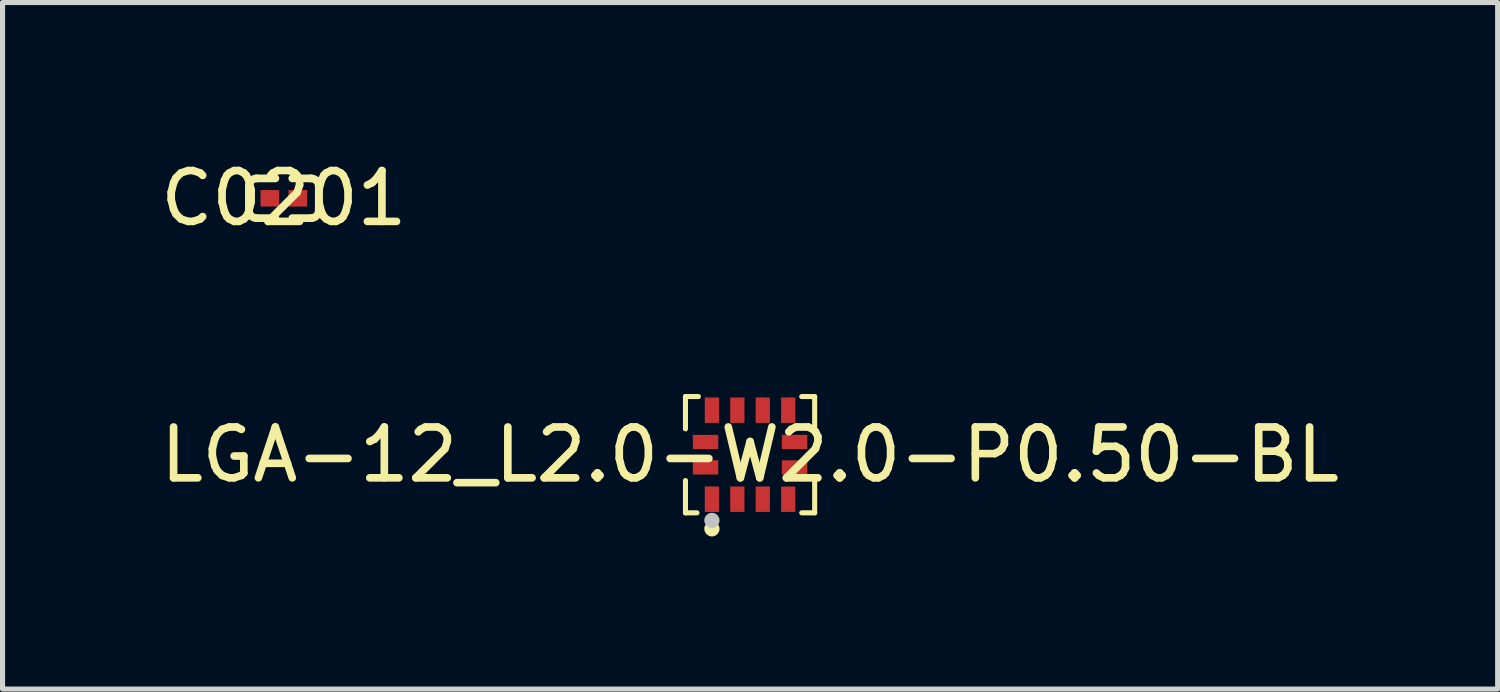
<source format=kicad_pcb>
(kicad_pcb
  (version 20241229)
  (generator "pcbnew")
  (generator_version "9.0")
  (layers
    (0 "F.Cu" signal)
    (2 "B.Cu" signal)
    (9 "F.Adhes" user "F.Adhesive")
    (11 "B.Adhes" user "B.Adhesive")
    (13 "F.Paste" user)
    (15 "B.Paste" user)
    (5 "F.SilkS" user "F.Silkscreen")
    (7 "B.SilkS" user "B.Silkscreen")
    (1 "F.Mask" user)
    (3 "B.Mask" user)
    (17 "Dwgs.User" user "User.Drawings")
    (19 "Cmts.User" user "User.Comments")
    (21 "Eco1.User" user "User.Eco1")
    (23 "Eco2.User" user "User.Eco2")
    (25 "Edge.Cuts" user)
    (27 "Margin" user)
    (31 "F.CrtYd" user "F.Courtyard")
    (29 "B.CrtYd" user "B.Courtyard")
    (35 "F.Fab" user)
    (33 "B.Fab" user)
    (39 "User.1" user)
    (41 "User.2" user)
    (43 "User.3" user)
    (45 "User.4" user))
  (footprint "C0201"
    (layer "F.Cu")
    (at 2.53 0.848)
    (property "Reference" "C0201" (at 0 0 0) (layer "F.SilkS") (effects (font (size 1 1) (thickness 0.15))))
    (fp_line (start -0.687 0.238) (end -0.687 -0.238) (stroke (width 0.152) (type default)) (layer "F.SilkS"))
    (fp_line (start -0.534 -0.391) (end -0.166 -0.391) (stroke (width 0.152) (type default)) (layer "F.SilkS"))
    (fp_line (start -0.166 0.391) (end -0.534 0.391) (stroke (width 0.152) (type default)) (layer "F.SilkS"))
    (fp_line (start 0.166 0.391) (end 0.534 0.391) (stroke (width 0.152) (type default)) (layer "F.SilkS"))
    (fp_line (start 0.534 -0.391) (end 0.166 -0.391) (stroke (width 0.152) (type default)) (layer "F.SilkS"))
    (fp_line (start 0.687 0.238) (end 0.687 -0.238) (stroke (width 0.152) (type default)) (layer "F.SilkS"))
    (fp_arc (start -0.687 -0.238) (mid -0.642334 -0.345834) (end -0.5345 -0.3905) (stroke (width 0.1525) (type default)) (layer "F.SilkS"))
    (fp_arc (start -0.5345 0.3905) (mid -0.642334 0.345834) (end -0.687 0.238) (stroke (width 0.1525) (type default)) (layer "F.SilkS"))
    (fp_arc (start 0.5345 -0.3905) (mid 0.642334 -0.345834) (end 0.687 -0.238) (stroke (width 0.1525) (type default)) (layer "F.SilkS"))
    (fp_arc (start 0.687 0.238) (mid 0.642334 0.345834) (end 0.5345 0.3905) (stroke (width 0.1525) (type default)) (layer "F.SilkS"))
    (fp_poly (pts (xy -0.081 0.138) (xy -0.081 -0.138) (xy -0.105 -0.162) (xy -0.434 -0.162) (xy -0.459 -0.138) (xy -0.459 0.138) (xy -0.434 0.162) (xy -0.105 0.162)) (stroke (width 0) (type default)) (fill yes) (layer "F.Paste"))
    (fp_poly (pts (xy 0.081 0.138) (xy 0.081 -0.138) (xy 0.105 -0.162) (xy 0.434 -0.162) (xy 0.459 -0.138) (xy 0.459 0.138) (xy 0.434 0.162) (xy 0.105 0.162)) (stroke (width 0) (type default)) (fill yes) (layer "F.Paste"))
    (fp_poly (pts (xy -0.3 0.15) (xy -0.3 -0.15) (xy -0.15 -0.15) (xy -0.15 0.15)) (stroke (width 0.1) (type default)) (fill no) (layer "User.1"))
    (fp_poly (pts (xy 0.3 0.15) (xy 0.3 -0.15) (xy 0.15 -0.15) (xy 0.15 0.15)) (stroke (width 0.1) (type default)) (fill no) (layer "User.1"))
    (fp_line (start -0.3 -0.15) (end 0.3 -0.15) (stroke (width 0.051) (type default)) (layer "User.2"))
    (fp_line (start -0.3 0.15) (end -0.3 -0.15) (stroke (width 0.051) (type default)) (layer "User.2"))
    (fp_line (start 0.3 -0.15) (end 0.3 0.15) (stroke (width 0.051) (type default)) (layer "User.2"))
    (fp_line (start 0.3 0.15) (end -0.3 0.15) (stroke (width 0.051) (type default)) (layer "User.2"))
    (fp_poly (pts (xy -0.24 0.15) (xy -0.258 0.108) (xy -0.3 0.09) (xy -0.342 0.108) (xy -0.36 0.15) (xy -0.342 0.192) (xy -0.3 0.21) (xy -0.258 0.192)) (stroke (width 0.1) (type default)) (fill no) (layer "User.3"))
    (pad "1" smd rect (at -0.275 0) (size 0.368 0.324) (layers "F.Cu" "F.Mask" "F.Paste"))
    (pad "2" smd rect (at 0.275 0) (size 0.368 0.324) (layers "F.Cu" "F.Mask" "F.Paste")))
  (footprint "LGA-12_L2.0-W2.0-P0.50-BL"
    (layer "F.Cu")
    (at 11.696 5.889)
    (property "Reference" "LGA-12_L2.0-W2.0-P0.50-BL" (at 0 0 0) (layer "F.SilkS") (effects (font (size 1 1) (thickness 0.15))))
    (fp_line (start -1.27 -1.143) (end -1.27 -0.508) (stroke (width 0.1) (type default)) (layer "F.SilkS"))
    (fp_line (start -1.27 0.508) (end -1.27 1.143) (stroke (width 0.1) (type default)) (layer "F.SilkS"))
    (fp_line (start -1.27 1.143) (end -1.044 1.143) (stroke (width 0.1) (type default)) (layer "F.SilkS"))
    (fp_line (start -1.016 -1.143) (end -1.27 -1.143) (stroke (width 0.1) (type default)) (layer "F.SilkS"))
    (fp_line (start 1.016 -1.143) (end 1.27 -1.143) (stroke (width 0.1) (type default)) (layer "F.SilkS"))
    (fp_line (start 1.27 -1.143) (end 1.27 -0.508) (stroke (width 0.1) (type default)) (layer "F.SilkS"))
    (fp_line (start 1.27 0.508) (end 1.27 1.143) (stroke (width 0.1) (type default)) (layer "F.SilkS"))
    (fp_line (start 1.27 1.143) (end 1.016 1.143) (stroke (width 0.1) (type default)) (layer "F.SilkS"))
    (fp_circle (center -0.75 1.458) (end -0.675 1.458) (stroke (width 0.15) (type default)) (fill no) (layer "F.SilkS"))
    (fp_circle (center -0.75 1.292) (end -0.675 1.292) (stroke (width 0.15) (type default)) (fill no) (layer "Dwgs.User"))
    (fp_poly (pts (xy -0.875 0.625) (xy -0.625 0.625) (xy -0.625 0.9) (xy -0.875 0.9)) (stroke (width 0.1) (type default)) (fill no) (layer "User.1"))
    (fp_poly (pts (xy -0.625 -0.625) (xy -0.875 -0.625) (xy -0.875 -0.9) (xy -0.625 -0.9)) (stroke (width 0.1) (type default)) (fill no) (layer "User.1"))
    (fp_poly (pts (xy -0.625 -0.375) (xy -0.625 -0.125) (xy -0.9 -0.125) (xy -0.9 -0.375)) (stroke (width 0.1) (type default)) (fill no) (layer "User.1"))
    (fp_poly (pts (xy -0.625 0.125) (xy -0.625 0.375) (xy -0.9 0.375) (xy -0.9 0.125)) (stroke (width 0.1) (type default)) (fill no) (layer "User.1"))
    (fp_poly (pts (xy -0.375 0.625) (xy -0.125 0.625) (xy -0.125 0.9) (xy -0.375 0.9)) (stroke (width 0.1) (type default)) (fill no) (layer "User.1"))
    (fp_poly (pts (xy -0.125 -0.625) (xy -0.375 -0.625) (xy -0.375 -0.9) (xy -0.125 -0.9)) (stroke (width 0.1) (type default)) (fill no) (layer "User.1"))
    (fp_poly (pts (xy 0.125 0.625) (xy 0.375 0.625) (xy 0.375 0.9) (xy 0.125 0.9)) (stroke (width 0.1) (type default)) (fill no) (layer "User.1"))
    (fp_poly (pts (xy 0.375 -0.625) (xy 0.125 -0.625) (xy 0.125 -0.9) (xy 0.375 -0.9)) (stroke (width 0.1) (type default)) (fill no) (layer "User.1"))
    (fp_poly (pts (xy 0.625 -0.125) (xy 0.625 -0.375) (xy 0.9 -0.375) (xy 0.9 -0.125)) (stroke (width 0.1) (type default)) (fill no) (layer "User.1"))
    (fp_poly (pts (xy 0.625 0.375) (xy 0.625 0.125) (xy 0.9 0.125) (xy 0.9 0.375)) (stroke (width 0.1) (type default)) (fill no) (layer "User.1"))
    (fp_poly (pts (xy 0.625 0.625) (xy 0.875 0.625) (xy 0.875 0.9) (xy 0.625 0.9)) (stroke (width 0.1) (type default)) (fill no) (layer "User.1"))
    (fp_poly (pts (xy 0.875 -0.625) (xy 0.625 -0.625) (xy 0.625 -0.9) (xy 0.875 -0.9)) (stroke (width 0.1) (type default)) (fill no) (layer "User.1"))
    (fp_line (start -1 -1) (end 1 -1) (stroke (width 0.051) (type default)) (layer "User.2"))
    (fp_line (start -1 1) (end -1 -1) (stroke (width 0.051) (type default)) (layer "User.2"))
    (fp_line (start 1 -1) (end 1 1) (stroke (width 0.051) (type default)) (layer "User.2"))
    (fp_line (start 1 1) (end -1 1) (stroke (width 0.051) (type default)) (layer "User.2"))
    (fp_poly (pts (xy -0.94 1) (xy -0.958 0.958) (xy -1 0.94) (xy -1.042 0.958) (xy -1.06 1) (xy -1.042 1.042) (xy -1 1.06) (xy -0.958 1.042)) (stroke (width 0.1) (type default)) (fill no) (layer "User.3"))
    (pad "1" smd rect (at -0.75 0.875) (size 0.28 0.5) (layers "F.Cu" "F.Mask" "F.Paste"))
    (pad "2" smd rect (at -0.25 0.875) (size 0.28 0.5) (layers "F.Cu" "F.Mask" "F.Paste"))
    (pad "3" smd rect (at 0.25 0.875) (size 0.28 0.5) (layers "F.Cu" "F.Mask" "F.Paste"))
    (pad "4" smd rect (at 0.75 0.875) (size 0.28 0.5) (layers "F.Cu" "F.Mask" "F.Paste"))
    (pad "5" smd rect (at 0.875 0.25) (size 0.5 0.28) (layers "F.Cu" "F.Mask" "F.Paste"))
    (pad "6" smd rect (at 0.875 -0.25) (size 0.5 0.28) (layers "F.Cu" "F.Mask" "F.Paste"))
    (pad "7" smd rect (at 0.75 -0.875) (size 0.28 0.5) (layers "F.Cu" "F.Mask" "F.Paste"))
    (pad "8" smd rect (at 0.25 -0.875) (size 0.28 0.5) (layers "F.Cu" "F.Mask" "F.Paste"))
    (pad "9" smd rect (at -0.25 -0.875) (size 0.28 0.5) (layers "F.Cu" "F.Mask" "F.Paste"))
    (pad "10" smd rect (at -0.75 -0.875) (size 0.28 0.5) (layers "F.Cu" "F.Mask" "F.Paste"))
    (pad "11" smd rect (at -0.875 -0.25) (size 0.5 0.28) (layers "F.Cu" "F.Mask" "F.Paste"))
    (pad "12" smd rect (at -0.875 0.25) (size 0.5 0.28) (layers "F.Cu" "F.Mask" "F.Paste")))
  (gr_rect
    (start -3 -3)
    (end 26.393 10.497)
    (stroke (width 0.1) (type default))
    (fill no)
    (layer "Edge.Cuts")))
</source>
